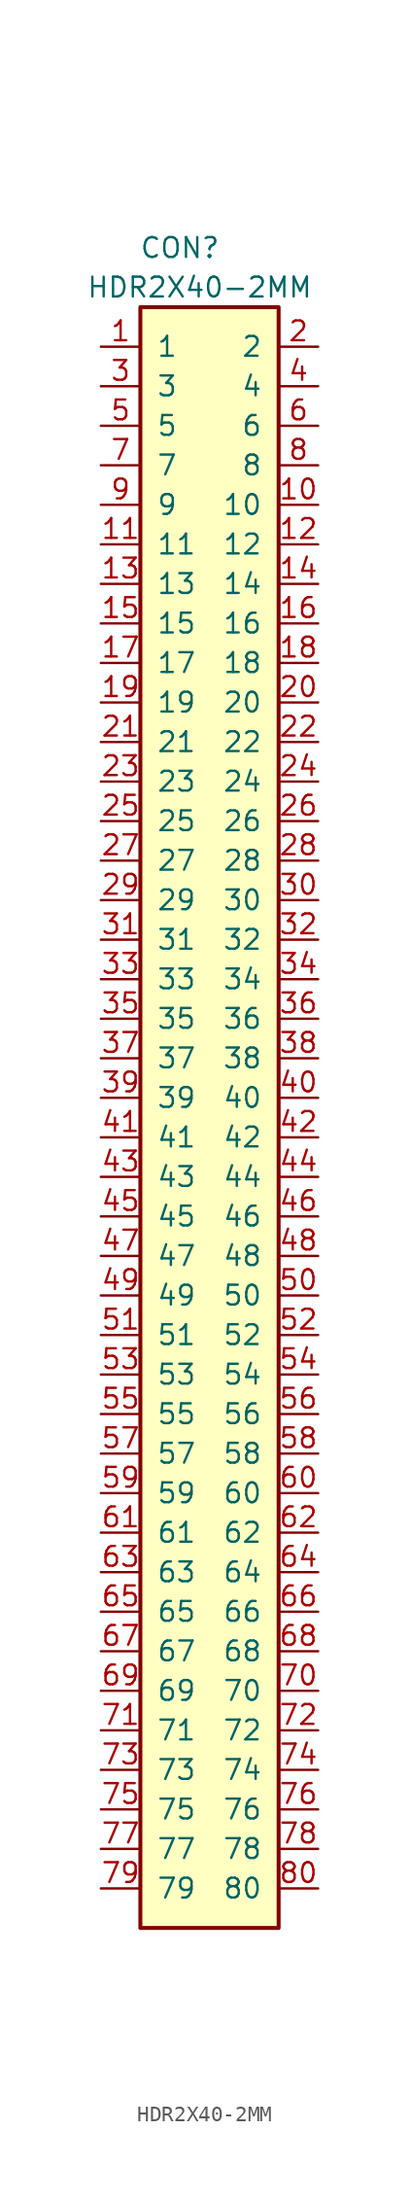
<source format=kicad_sym>
(kicad_symbol_lib
  (version 20220914)
  (generator kicad_symbol_editor)
  (symbol "HDR2X40-2MM"
    (pin_names
      (offset 1.016))
    (property "Reference" "CON"
      (at 2.54 3.81 0)
      (effects (font (size 1.27 1.27))))
    (property "Value" "HDR2X40-2MM"
      (at 3.81 1.27 0)
      (effects (font (size 1.27 1.27))))
    (symbol "HDR2X40-2MM_0_1"
      (rectangle (start 0 0) (end 8.89 -104.14) (stroke (width 0.254) (type default)) (fill (type background))))
    (symbol "HDR2X40-2MM_1_1"
      (pin passive line (at -2.54 -2.54 0) (length 2.54) (name "1" (effects (font (size 1.27 1.27)))) (number "1" (effects (font (size 1.27 1.27)))))
      (pin passive line (at 11.43 -12.7 180) (length 2.54) (name "10" (effects (font (size 1.27 1.27)))) (number "10" (effects (font (size 1.27 1.27)))))
      (pin passive line (at -2.54 -15.24 0) (length 2.54) (name "11" (effects (font (size 1.27 1.27)))) (number "11" (effects (font (size 1.27 1.27)))))
      (pin passive line (at 11.43 -15.24 180) (length 2.54) (name "12" (effects (font (size 1.27 1.27)))) (number "12" (effects (font (size 1.27 1.27)))))
      (pin passive line (at -2.54 -17.78 0) (length 2.54) (name "13" (effects (font (size 1.27 1.27)))) (number "13" (effects (font (size 1.27 1.27)))))
      (pin passive line (at 11.43 -17.78 180) (length 2.54) (name "14" (effects (font (size 1.27 1.27)))) (number "14" (effects (font (size 1.27 1.27)))))
      (pin passive line (at -2.54 -20.32 0) (length 2.54) (name "15" (effects (font (size 1.27 1.27)))) (number "15" (effects (font (size 1.27 1.27)))))
      (pin passive line (at 11.43 -20.32 180) (length 2.54) (name "16" (effects (font (size 1.27 1.27)))) (number "16" (effects (font (size 1.27 1.27)))))
      (pin passive line (at -2.54 -22.86 0) (length 2.54) (name "17" (effects (font (size 1.27 1.27)))) (number "17" (effects (font (size 1.27 1.27)))))
      (pin passive line (at 11.43 -22.86 180) (length 2.54) (name "18" (effects (font (size 1.27 1.27)))) (number "18" (effects (font (size 1.27 1.27)))))
      (pin passive line (at -2.54 -25.4 0) (length 2.54) (name "19" (effects (font (size 1.27 1.27)))) (number "19" (effects (font (size 1.27 1.27)))))
      (pin passive line (at 11.43 -2.54 180) (length 2.54) (name "2" (effects (font (size 1.27 1.27)))) (number "2" (effects (font (size 1.27 1.27)))))
      (pin passive line (at 11.43 -25.4 180) (length 2.54) (name "20" (effects (font (size 1.27 1.27)))) (number "20" (effects (font (size 1.27 1.27)))))
      (pin passive line (at -2.54 -27.94 0) (length 2.54) (name "21" (effects (font (size 1.27 1.27)))) (number "21" (effects (font (size 1.27 1.27)))))
      (pin passive line (at 11.43 -27.94 180) (length 2.54) (name "22" (effects (font (size 1.27 1.27)))) (number "22" (effects (font (size 1.27 1.27)))))
      (pin passive line (at -2.54 -30.48 0) (length 2.54) (name "23" (effects (font (size 1.27 1.27)))) (number "23" (effects (font (size 1.27 1.27)))))
      (pin passive line (at 11.43 -30.48 180) (length 2.54) (name "24" (effects (font (size 1.27 1.27)))) (number "24" (effects (font (size 1.27 1.27)))))
      (pin passive line (at -2.54 -33.02 0) (length 2.54) (name "25" (effects (font (size 1.27 1.27)))) (number "25" (effects (font (size 1.27 1.27)))))
      (pin passive line (at 11.43 -33.02 180) (length 2.54) (name "26" (effects (font (size 1.27 1.27)))) (number "26" (effects (font (size 1.27 1.27)))))
      (pin passive line (at -2.54 -35.56 0) (length 2.54) (name "27" (effects (font (size 1.27 1.27)))) (number "27" (effects (font (size 1.27 1.27)))))
      (pin passive line (at 11.43 -35.56 180) (length 2.54) (name "28" (effects (font (size 1.27 1.27)))) (number "28" (effects (font (size 1.27 1.27)))))
      (pin passive line (at -2.54 -38.1 0) (length 2.54) (name "29" (effects (font (size 1.27 1.27)))) (number "29" (effects (font (size 1.27 1.27)))))
      (pin passive line (at -2.54 -5.08 0) (length 2.54) (name "3" (effects (font (size 1.27 1.27)))) (number "3" (effects (font (size 1.27 1.27)))))
      (pin passive line (at 11.43 -38.1 180) (length 2.54) (name "30" (effects (font (size 1.27 1.27)))) (number "30" (effects (font (size 1.27 1.27)))))
      (pin passive line (at -2.54 -40.64 0) (length 2.54) (name "31" (effects (font (size 1.27 1.27)))) (number "31" (effects (font (size 1.27 1.27)))))
      (pin passive line (at 11.43 -40.64 180) (length 2.54) (name "32" (effects (font (size 1.27 1.27)))) (number "32" (effects (font (size 1.27 1.27)))))
      (pin passive line (at -2.54 -43.18 0) (length 2.54) (name "33" (effects (font (size 1.27 1.27)))) (number "33" (effects (font (size 1.27 1.27)))))
      (pin passive line (at 11.43 -43.18 180) (length 2.54) (name "34" (effects (font (size 1.27 1.27)))) (number "34" (effects (font (size 1.27 1.27)))))
      (pin passive line (at -2.54 -45.72 0) (length 2.54) (name "35" (effects (font (size 1.27 1.27)))) (number "35" (effects (font (size 1.27 1.27)))))
      (pin passive line (at 11.43 -45.72 180) (length 2.54) (name "36" (effects (font (size 1.27 1.27)))) (number "36" (effects (font (size 1.27 1.27)))))
      (pin passive line (at -2.54 -48.26 0) (length 2.54) (name "37" (effects (font (size 1.27 1.27)))) (number "37" (effects (font (size 1.27 1.27)))))
      (pin passive line (at 11.43 -48.26 180) (length 2.54) (name "38" (effects (font (size 1.27 1.27)))) (number "38" (effects (font (size 1.27 1.27)))))
      (pin passive line (at -2.54 -50.8 0) (length 2.54) (name "39" (effects (font (size 1.27 1.27)))) (number "39" (effects (font (size 1.27 1.27)))))
      (pin passive line (at 11.43 -5.08 180) (length 2.54) (name "4" (effects (font (size 1.27 1.27)))) (number "4" (effects (font (size 1.27 1.27)))))
      (pin passive line (at 11.43 -50.8 180) (length 2.54) (name "40" (effects (font (size 1.27 1.27)))) (number "40" (effects (font (size 1.27 1.27)))))
      (pin passive line (at -2.54 -53.34 0) (length 2.54) (name "41" (effects (font (size 1.27 1.27)))) (number "41" (effects (font (size 1.27 1.27)))))
      (pin passive line (at 11.43 -53.34 180) (length 2.54) (name "42" (effects (font (size 1.27 1.27)))) (number "42" (effects (font (size 1.27 1.27)))))
      (pin passive line (at -2.54 -55.88 0) (length 2.54) (name "43" (effects (font (size 1.27 1.27)))) (number "43" (effects (font (size 1.27 1.27)))))
      (pin passive line (at 11.43 -55.88 180) (length 2.54) (name "44" (effects (font (size 1.27 1.27)))) (number "44" (effects (font (size 1.27 1.27)))))
      (pin passive line (at -2.54 -58.42 0) (length 2.54) (name "45" (effects (font (size 1.27 1.27)))) (number "45" (effects (font (size 1.27 1.27)))))
      (pin passive line (at 11.43 -58.42 180) (length 2.54) (name "46" (effects (font (size 1.27 1.27)))) (number "46" (effects (font (size 1.27 1.27)))))
      (pin passive line (at -2.54 -60.96 0) (length 2.54) (name "47" (effects (font (size 1.27 1.27)))) (number "47" (effects (font (size 1.27 1.27)))))
      (pin passive line (at 11.43 -60.96 180) (length 2.54) (name "48" (effects (font (size 1.27 1.27)))) (number "48" (effects (font (size 1.27 1.27)))))
      (pin passive line (at -2.54 -63.5 0) (length 2.54) (name "49" (effects (font (size 1.27 1.27)))) (number "49" (effects (font (size 1.27 1.27)))))
      (pin passive line (at -2.54 -7.62 0) (length 2.54) (name "5" (effects (font (size 1.27 1.27)))) (number "5" (effects (font (size 1.27 1.27)))))
      (pin passive line (at 11.43 -63.5 180) (length 2.54) (name "50" (effects (font (size 1.27 1.27)))) (number "50" (effects (font (size 1.27 1.27)))))
      (pin passive line (at -2.54 -66.04 0) (length 2.54) (name "51" (effects (font (size 1.27 1.27)))) (number "51" (effects (font (size 1.27 1.27)))))
      (pin passive line (at 11.43 -66.04 180) (length 2.54) (name "52" (effects (font (size 1.27 1.27)))) (number "52" (effects (font (size 1.27 1.27)))))
      (pin passive line (at -2.54 -68.58 0) (length 2.54) (name "53" (effects (font (size 1.27 1.27)))) (number "53" (effects (font (size 1.27 1.27)))))
      (pin passive line (at 11.43 -68.58 180) (length 2.54) (name "54" (effects (font (size 1.27 1.27)))) (number "54" (effects (font (size 1.27 1.27)))))
      (pin passive line (at -2.54 -71.12 0) (length 2.54) (name "55" (effects (font (size 1.27 1.27)))) (number "55" (effects (font (size 1.27 1.27)))))
      (pin passive line (at 11.43 -71.12 180) (length 2.54) (name "56" (effects (font (size 1.27 1.27)))) (number "56" (effects (font (size 1.27 1.27)))))
      (pin passive line (at -2.54 -73.66 0) (length 2.54) (name "57" (effects (font (size 1.27 1.27)))) (number "57" (effects (font (size 1.27 1.27)))))
      (pin passive line (at 11.43 -73.66 180) (length 2.54) (name "58" (effects (font (size 1.27 1.27)))) (number "58" (effects (font (size 1.27 1.27)))))
      (pin passive line (at -2.54 -76.2 0) (length 2.54) (name "59" (effects (font (size 1.27 1.27)))) (number "59" (effects (font (size 1.27 1.27)))))
      (pin passive line (at 11.43 -7.62 180) (length 2.54) (name "6" (effects (font (size 1.27 1.27)))) (number "6" (effects (font (size 1.27 1.27)))))
      (pin passive line (at 11.43 -76.2 180) (length 2.54) (name "60" (effects (font (size 1.27 1.27)))) (number "60" (effects (font (size 1.27 1.27)))))
      (pin passive line (at -2.54 -78.74 0) (length 2.54) (name "61" (effects (font (size 1.27 1.27)))) (number "61" (effects (font (size 1.27 1.27)))))
      (pin passive line (at 11.43 -78.74 180) (length 2.54) (name "62" (effects (font (size 1.27 1.27)))) (number "62" (effects (font (size 1.27 1.27)))))
      (pin passive line (at -2.54 -81.28 0) (length 2.54) (name "63" (effects (font (size 1.27 1.27)))) (number "63" (effects (font (size 1.27 1.27)))))
      (pin passive line (at 11.43 -81.28 180) (length 2.54) (name "64" (effects (font (size 1.27 1.27)))) (number "64" (effects (font (size 1.27 1.27)))))
      (pin passive line (at -2.54 -83.82 0) (length 2.54) (name "65" (effects (font (size 1.27 1.27)))) (number "65" (effects (font (size 1.27 1.27)))))
      (pin passive line (at 11.43 -83.82 180) (length 2.54) (name "66" (effects (font (size 1.27 1.27)))) (number "66" (effects (font (size 1.27 1.27)))))
      (pin passive line (at -2.54 -86.36 0) (length 2.54) (name "67" (effects (font (size 1.27 1.27)))) (number "67" (effects (font (size 1.27 1.27)))))
      (pin passive line (at 11.43 -86.36 180) (length 2.54) (name "68" (effects (font (size 1.27 1.27)))) (number "68" (effects (font (size 1.27 1.27)))))
      (pin passive line (at -2.54 -88.9 0) (length 2.54) (name "69" (effects (font (size 1.27 1.27)))) (number "69" (effects (font (size 1.27 1.27)))))
      (pin passive line (at -2.54 -10.16 0) (length 2.54) (name "7" (effects (font (size 1.27 1.27)))) (number "7" (effects (font (size 1.27 1.27)))))
      (pin passive line (at 11.43 -88.9 180) (length 2.54) (name "70" (effects (font (size 1.27 1.27)))) (number "70" (effects (font (size 1.27 1.27)))))
      (pin passive line (at -2.54 -91.44 0) (length 2.54) (name "71" (effects (font (size 1.27 1.27)))) (number "71" (effects (font (size 1.27 1.27)))))
      (pin passive line (at 11.43 -91.44 180) (length 2.54) (name "72" (effects (font (size 1.27 1.27)))) (number "72" (effects (font (size 1.27 1.27)))))
      (pin passive line (at -2.54 -93.98 0) (length 2.54) (name "73" (effects (font (size 1.27 1.27)))) (number "73" (effects (font (size 1.27 1.27)))))
      (pin passive line (at 11.43 -93.98 180) (length 2.54) (name "74" (effects (font (size 1.27 1.27)))) (number "74" (effects (font (size 1.27 1.27)))))
      (pin passive line (at -2.54 -96.52 0) (length 2.54) (name "75" (effects (font (size 1.27 1.27)))) (number "75" (effects (font (size 1.27 1.27)))))
      (pin passive line (at 11.43 -96.52 180) (length 2.54) (name "76" (effects (font (size 1.27 1.27)))) (number "76" (effects (font (size 1.27 1.27)))))
      (pin passive line (at -2.54 -99.06 0) (length 2.54) (name "77" (effects (font (size 1.27 1.27)))) (number "77" (effects (font (size 1.27 1.27)))))
      (pin passive line (at 11.43 -99.06 180) (length 2.54) (name "78" (effects (font (size 1.27 1.27)))) (number "78" (effects (font (size 1.27 1.27)))))
      (pin passive line (at -2.54 -101.6 0) (length 2.54) (name "79" (effects (font (size 1.27 1.27)))) (number "79" (effects (font (size 1.27 1.27)))))
      (pin passive line (at 11.43 -10.16 180) (length 2.54) (name "8" (effects (font (size 1.27 1.27)))) (number "8" (effects (font (size 1.27 1.27)))))
      (pin passive line (at 11.43 -101.6 180) (length 2.54) (name "80" (effects (font (size 1.27 1.27)))) (number "80" (effects (font (size 1.27 1.27)))))
      (pin passive line (at -2.54 -12.7 0) (length 2.54) (name "9" (effects (font (size 1.27 1.27)))) (number "9" (effects (font (size 1.27 1.27))))))))
</source>
